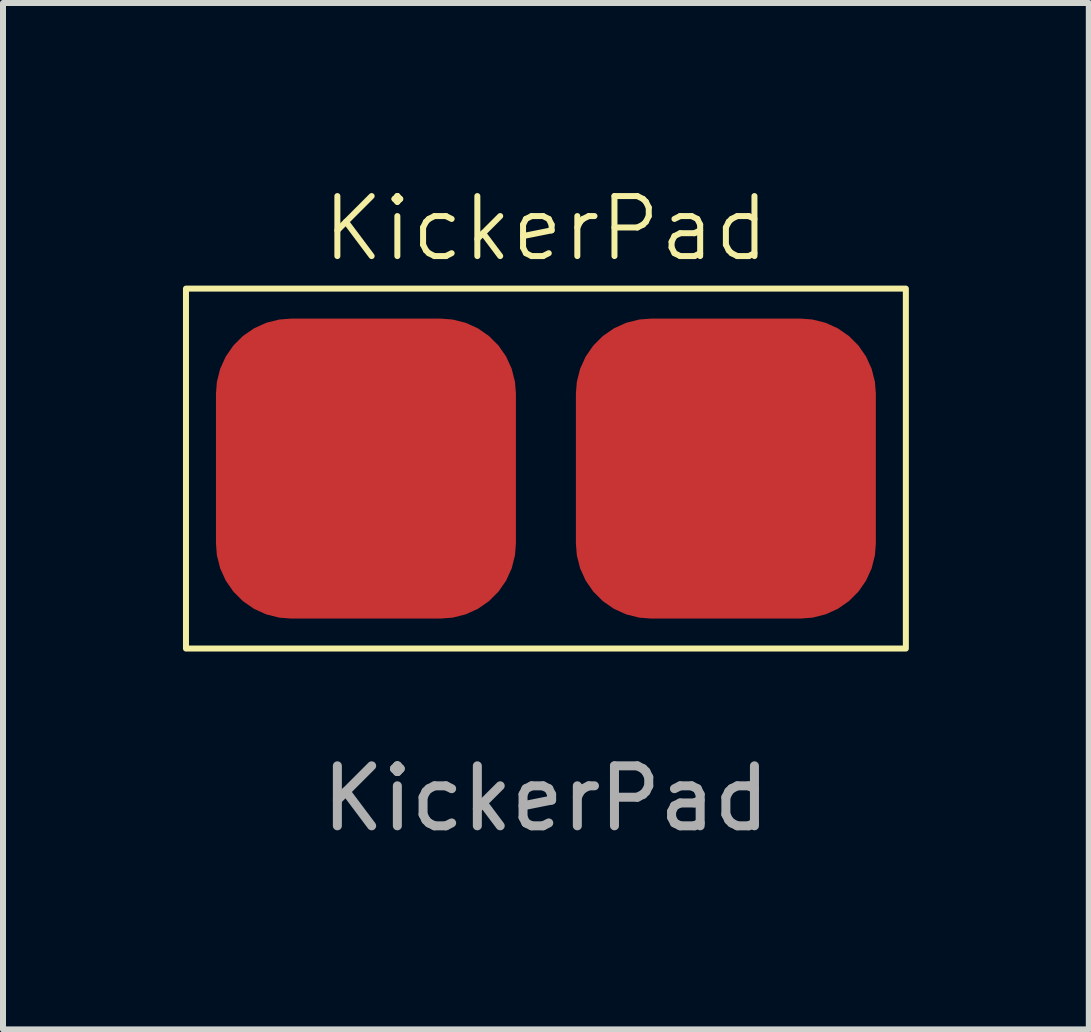
<source format=kicad_pcb>
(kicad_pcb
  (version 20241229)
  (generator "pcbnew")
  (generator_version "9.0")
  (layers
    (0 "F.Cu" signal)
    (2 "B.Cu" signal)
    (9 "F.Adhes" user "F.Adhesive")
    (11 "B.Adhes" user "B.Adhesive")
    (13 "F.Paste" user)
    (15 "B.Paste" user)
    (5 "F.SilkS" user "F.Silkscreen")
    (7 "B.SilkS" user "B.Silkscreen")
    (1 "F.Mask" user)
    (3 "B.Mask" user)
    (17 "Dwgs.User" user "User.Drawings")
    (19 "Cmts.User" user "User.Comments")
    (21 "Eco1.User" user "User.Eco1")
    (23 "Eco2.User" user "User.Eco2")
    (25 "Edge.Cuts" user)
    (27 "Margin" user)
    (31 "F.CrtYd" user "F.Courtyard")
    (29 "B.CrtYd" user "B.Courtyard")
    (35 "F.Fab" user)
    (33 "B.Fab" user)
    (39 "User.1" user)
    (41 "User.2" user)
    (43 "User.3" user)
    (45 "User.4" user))
  (footprint "KickerPad"
    (layer "F.Cu")
    (at 6.05 4.761)
    (property "Reference" "KickerPad" (at 0 -4 0) (unlocked yes) (layer "F.SilkS") (effects (font (size 1 1) (thickness 0.1))))
    (attr smd)
    (fp_rect (start -6 -3) (end 6 3) (stroke (width 0.1) (type default)) (fill no) (layer "F.SilkS"))
    (fp_text user "${REFERENCE}" (at 0 5.5 0) (unlocked yes) (layer "F.Fab") (effects (font (size 1 1) (thickness 0.15))))
    (pad "1" smd roundrect (at 3 0) (size 5 5) (layers "F.Cu" "F.Mask" "F.Paste") (roundrect_rratio 0.25))
    (pad "2" smd roundrect (at -3 0) (size 5 5) (layers "F.Cu" "F.Mask" "F.Paste") (roundrect_rratio 0.25)))
  (gr_rect
    (start -3 -3)
    (end 15.1 14.109)
    (stroke (width 0.1) (type default))
    (fill no)
    (layer "Edge.Cuts")))
</source>
